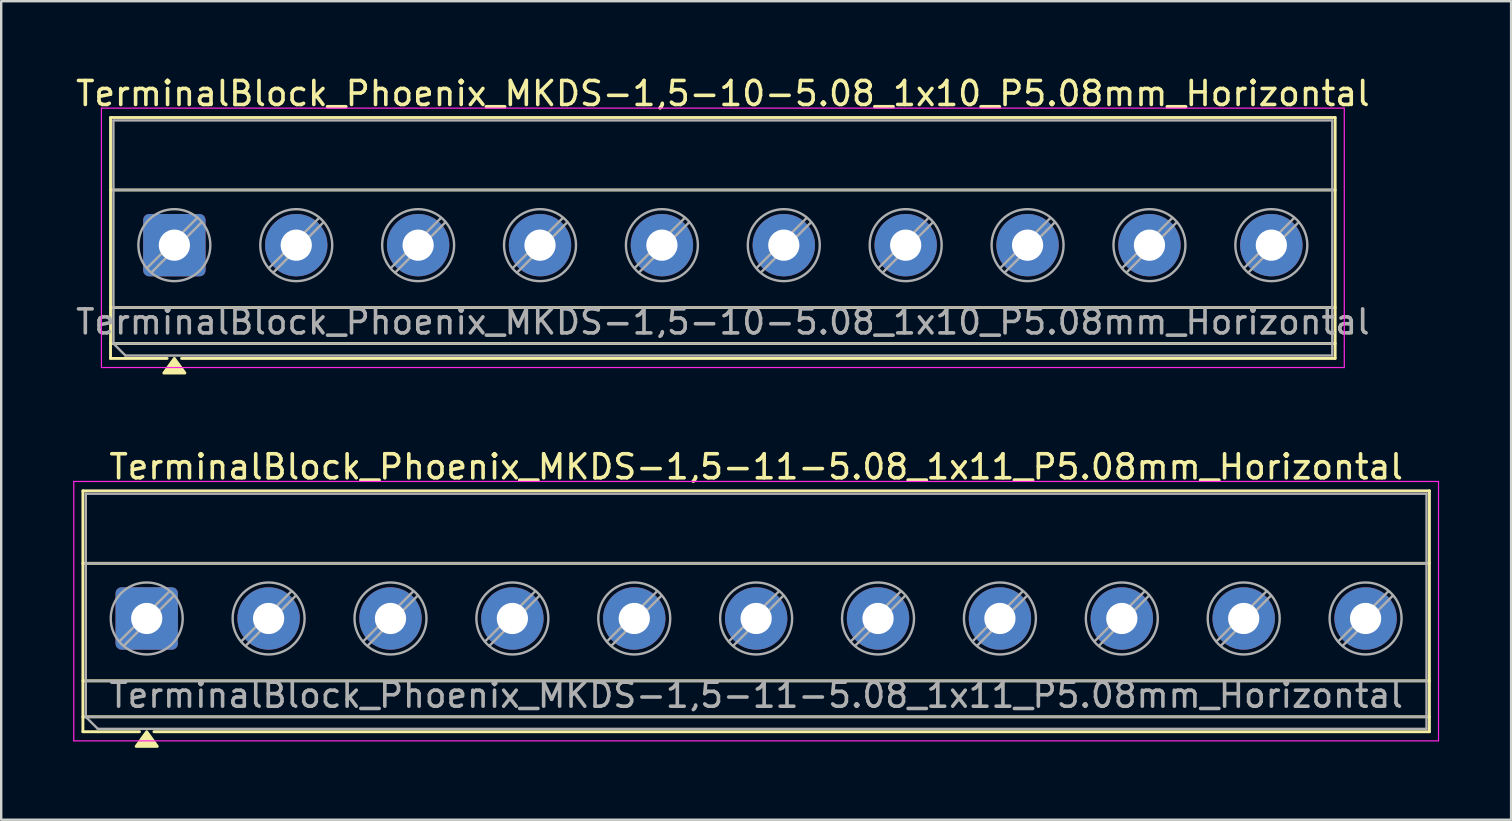
<source format=kicad_pcb>
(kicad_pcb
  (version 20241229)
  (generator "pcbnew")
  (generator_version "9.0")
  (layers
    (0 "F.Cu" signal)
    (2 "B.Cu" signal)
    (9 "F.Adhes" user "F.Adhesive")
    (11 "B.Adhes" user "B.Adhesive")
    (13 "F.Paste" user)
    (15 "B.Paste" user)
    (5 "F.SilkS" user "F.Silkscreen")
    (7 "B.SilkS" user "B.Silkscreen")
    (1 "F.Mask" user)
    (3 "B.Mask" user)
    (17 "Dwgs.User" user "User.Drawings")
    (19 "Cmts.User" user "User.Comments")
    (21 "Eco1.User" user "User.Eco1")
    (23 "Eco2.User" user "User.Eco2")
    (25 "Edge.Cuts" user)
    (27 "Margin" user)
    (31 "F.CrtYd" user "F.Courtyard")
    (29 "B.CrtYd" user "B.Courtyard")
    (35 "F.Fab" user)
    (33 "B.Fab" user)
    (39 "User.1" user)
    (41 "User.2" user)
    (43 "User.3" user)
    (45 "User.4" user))
  (footprint "TerminalBlock_Phoenix_MKDS-1,5-11-5.08_1x11_P5.08mm_Horizontal"
    (layer "F.Cu")
    (at 3.065 22.727)
    (property "Reference" "TerminalBlock_Phoenix_MKDS-1,5-11-5.08_1x11_P5.08mm_Horizontal" (at 25.4 -6.32 0) (layer "F.SilkS") (effects (font (size 1 1) (thickness 0.15))))
    (attr through_hole)
    (fp_line (start -2.66 -5.32) (end 53.46 -5.32) (stroke (width 0.12) (type solid)) (layer "F.SilkS"))
    (fp_line (start -2.66 -2.3) (end 53.46 -2.3) (stroke (width 0.12) (type solid)) (layer "F.SilkS"))
    (fp_line (start -2.66 2.6) (end 53.46 2.6) (stroke (width 0.12) (type solid)) (layer "F.SilkS"))
    (fp_line (start -2.66 4.1) (end 53.46 4.1) (stroke (width 0.12) (type solid)) (layer "F.SilkS"))
    (fp_line (start -2.66 4.72) (end -2.66 -5.32) (stroke (width 0.12) (type solid)) (layer "F.SilkS"))
    (fp_line (start -0.3 4.72) (end -2.66 4.72) (stroke (width 0.12) (type solid)) (layer "F.SilkS"))
    (fp_line (start 53.46 -5.32) (end 53.46 4.72) (stroke (width 0.12) (type solid)) (layer "F.SilkS"))
    (fp_line (start 53.46 4.72) (end 0.3 4.72) (stroke (width 0.12) (type solid)) (layer "F.SilkS"))
    (fp_poly (pts (xy 0 4.72) (xy 0.44 5.33) (xy -0.44 5.33)) (stroke (width 0.12) (type solid)) (fill yes) (layer "F.SilkS"))
    (fp_line (start -3.04 -5.71) (end -3.04 5.1) (stroke (width 0.05) (type solid)) (layer "F.CrtYd"))
    (fp_line (start -3.04 5.1) (end 53.84 5.1) (stroke (width 0.05) (type solid)) (layer "F.CrtYd"))
    (fp_line (start 53.84 -5.71) (end -3.04 -5.71) (stroke (width 0.05) (type solid)) (layer "F.CrtYd"))
    (fp_line (start 53.84 5.1) (end 53.84 -5.71) (stroke (width 0.05) (type solid)) (layer "F.CrtYd"))
    (fp_line (start -2.54 -5.2) (end 53.34 -5.2) (stroke (width 0.1) (type solid)) (layer "F.Fab"))
    (fp_line (start -2.54 -2.3) (end 53.34 -2.3) (stroke (width 0.1) (type solid)) (layer "F.Fab"))
    (fp_line (start -2.54 2.6) (end 53.34 2.6) (stroke (width 0.1) (type solid)) (layer "F.Fab"))
    (fp_line (start -2.54 4.1) (end -2.54 -5.2) (stroke (width 0.1) (type solid)) (layer "F.Fab"))
    (fp_line (start -2.54 4.1) (end 53.34 4.1) (stroke (width 0.1) (type solid)) (layer "F.Fab"))
    (fp_line (start -2.04 4.6) (end -2.54 4.1) (stroke (width 0.1) (type solid)) (layer "F.Fab"))
    (fp_line (start 0.955 -1.138) (end -1.138 0.955) (stroke (width 0.1) (type solid)) (layer "F.Fab"))
    (fp_line (start 1.138 -0.955) (end -0.955 1.138) (stroke (width 0.1) (type solid)) (layer "F.Fab"))
    (fp_line (start 6.035 -1.138) (end 3.942 0.955) (stroke (width 0.1) (type solid)) (layer "F.Fab"))
    (fp_line (start 6.218 -0.955) (end 4.125 1.138) (stroke (width 0.1) (type solid)) (layer "F.Fab"))
    (fp_line (start 11.115 -1.138) (end 9.022 0.955) (stroke (width 0.1) (type solid)) (layer "F.Fab"))
    (fp_line (start 11.298 -0.955) (end 9.205 1.138) (stroke (width 0.1) (type solid)) (layer "F.Fab"))
    (fp_line (start 16.195 -1.138) (end 14.102 0.955) (stroke (width 0.1) (type solid)) (layer "F.Fab"))
    (fp_line (start 16.378 -0.955) (end 14.285 1.138) (stroke (width 0.1) (type solid)) (layer "F.Fab"))
    (fp_line (start 21.275 -1.138) (end 19.182 0.955) (stroke (width 0.1) (type solid)) (layer "F.Fab"))
    (fp_line (start 21.458 -0.955) (end 19.365 1.138) (stroke (width 0.1) (type solid)) (layer "F.Fab"))
    (fp_line (start 26.355 -1.138) (end 24.262 0.955) (stroke (width 0.1) (type solid)) (layer "F.Fab"))
    (fp_line (start 26.538 -0.955) (end 24.445 1.138) (stroke (width 0.1) (type solid)) (layer "F.Fab"))
    (fp_line (start 31.435 -1.138) (end 29.342 0.955) (stroke (width 0.1) (type solid)) (layer "F.Fab"))
    (fp_line (start 31.618 -0.955) (end 29.525 1.138) (stroke (width 0.1) (type solid)) (layer "F.Fab"))
    (fp_line (start 36.515 -1.138) (end 34.422 0.955) (stroke (width 0.1) (type solid)) (layer "F.Fab"))
    (fp_line (start 36.698 -0.955) (end 34.605 1.138) (stroke (width 0.1) (type solid)) (layer "F.Fab"))
    (fp_line (start 41.595 -1.138) (end 39.502 0.955) (stroke (width 0.1) (type solid)) (layer "F.Fab"))
    (fp_line (start 41.778 -0.955) (end 39.685 1.138) (stroke (width 0.1) (type solid)) (layer "F.Fab"))
    (fp_line (start 46.675 -1.138) (end 44.582 0.955) (stroke (width 0.1) (type solid)) (layer "F.Fab"))
    (fp_line (start 46.858 -0.955) (end 44.765 1.138) (stroke (width 0.1) (type solid)) (layer "F.Fab"))
    (fp_line (start 51.755 -1.138) (end 49.662 0.955) (stroke (width 0.1) (type solid)) (layer "F.Fab"))
    (fp_line (start 51.938 -0.955) (end 49.845 1.138) (stroke (width 0.1) (type solid)) (layer "F.Fab"))
    (fp_line (start 53.34 -5.2) (end 53.34 4.6) (stroke (width 0.1) (type solid)) (layer "F.Fab"))
    (fp_line (start 53.34 4.6) (end -2.04 4.6) (stroke (width 0.1) (type solid)) (layer "F.Fab"))
    (fp_circle (center 0 0) (end 1.5 0) (stroke (width 0.1) (type solid)) (fill no) (layer "F.Fab"))
    (fp_circle (center 5.08 0) (end 6.58 0) (stroke (width 0.1) (type solid)) (fill no) (layer "F.Fab"))
    (fp_circle (center 10.16 0) (end 11.66 0) (stroke (width 0.1) (type solid)) (fill no) (layer "F.Fab"))
    (fp_circle (center 15.24 0) (end 16.74 0) (stroke (width 0.1) (type solid)) (fill no) (layer "F.Fab"))
    (fp_circle (center 20.32 0) (end 21.82 0) (stroke (width 0.1) (type solid)) (fill no) (layer "F.Fab"))
    (fp_circle (center 25.4 0) (end 26.9 0) (stroke (width 0.1) (type solid)) (fill no) (layer "F.Fab"))
    (fp_circle (center 30.48 0) (end 31.98 0) (stroke (width 0.1) (type solid)) (fill no) (layer "F.Fab"))
    (fp_circle (center 35.56 0) (end 37.06 0) (stroke (width 0.1) (type solid)) (fill no) (layer "F.Fab"))
    (fp_circle (center 40.64 0) (end 42.14 0) (stroke (width 0.1) (type solid)) (fill no) (layer "F.Fab"))
    (fp_circle (center 45.72 0) (end 47.22 0) (stroke (width 0.1) (type solid)) (fill no) (layer "F.Fab"))
    (fp_circle (center 50.8 0) (end 52.3 0) (stroke (width 0.1) (type solid)) (fill no) (layer "F.Fab"))
    (fp_text user "${REFERENCE}" (at 25.4 3.2 0) (layer "F.Fab") (effects (font (size 1 1) (thickness 0.15))))
    (pad "1" thru_hole roundrect (at 0 0) (size 2.6 2.6) (drill 1.3) (layers "*.Cu" "*.Mask") (roundrect_rratio 0.096))
    (pad "2" thru_hole circle (at 5.08 0) (size 2.6 2.6) (drill 1.3) (layers "*.Cu" "*.Mask"))
    (pad "3" thru_hole circle (at 10.16 0) (size 2.6 2.6) (drill 1.3) (layers "*.Cu" "*.Mask"))
    (pad "4" thru_hole circle (at 15.24 0) (size 2.6 2.6) (drill 1.3) (layers "*.Cu" "*.Mask"))
    (pad "5" thru_hole circle (at 20.32 0) (size 2.6 2.6) (drill 1.3) (layers "*.Cu" "*.Mask"))
    (pad "6" thru_hole circle (at 25.4 0) (size 2.6 2.6) (drill 1.3) (layers "*.Cu" "*.Mask"))
    (pad "7" thru_hole circle (at 30.48 0) (size 2.6 2.6) (drill 1.3) (layers "*.Cu" "*.Mask"))
    (pad "8" thru_hole circle (at 35.56 0) (size 2.6 2.6) (drill 1.3) (layers "*.Cu" "*.Mask"))
    (pad "9" thru_hole circle (at 40.64 0) (size 2.6 2.6) (drill 1.3) (layers "*.Cu" "*.Mask"))
    (pad "10" thru_hole circle (at 45.72 0) (size 2.6 2.6) (drill 1.3) (layers "*.Cu" "*.Mask"))
    (pad "11" thru_hole circle (at 50.8 0) (size 2.6 2.6) (drill 1.3) (layers "*.Cu" "*.Mask")))
  (footprint "TerminalBlock_Phoenix_MKDS-1,5-10-5.08_1x10_P5.08mm_Horizontal"
    (layer "F.Cu")
    (at 4.217 7.168)
    (property "Reference" "TerminalBlock_Phoenix_MKDS-1,5-10-5.08_1x10_P5.08mm_Horizontal" (at 22.86 -6.32 0) (layer "F.SilkS") (effects (font (size 1 1) (thickness 0.15))))
    (attr through_hole)
    (fp_line (start -2.66 -5.32) (end 48.38 -5.32) (stroke (width 0.12) (type solid)) (layer "F.SilkS"))
    (fp_line (start -2.66 -2.3) (end 48.38 -2.3) (stroke (width 0.12) (type solid)) (layer "F.SilkS"))
    (fp_line (start -2.66 2.6) (end 48.38 2.6) (stroke (width 0.12) (type solid)) (layer "F.SilkS"))
    (fp_line (start -2.66 4.1) (end 48.38 4.1) (stroke (width 0.12) (type solid)) (layer "F.SilkS"))
    (fp_line (start -2.66 4.72) (end -2.66 -5.32) (stroke (width 0.12) (type solid)) (layer "F.SilkS"))
    (fp_line (start -0.3 4.72) (end -2.66 4.72) (stroke (width 0.12) (type solid)) (layer "F.SilkS"))
    (fp_line (start 48.38 -5.32) (end 48.38 4.72) (stroke (width 0.12) (type solid)) (layer "F.SilkS"))
    (fp_line (start 48.38 4.72) (end 0.3 4.72) (stroke (width 0.12) (type solid)) (layer "F.SilkS"))
    (fp_poly (pts (xy 0 4.72) (xy 0.44 5.33) (xy -0.44 5.33)) (stroke (width 0.12) (type solid)) (fill yes) (layer "F.SilkS"))
    (fp_line (start -3.04 -5.71) (end -3.04 5.1) (stroke (width 0.05) (type solid)) (layer "F.CrtYd"))
    (fp_line (start -3.04 5.1) (end 48.76 5.1) (stroke (width 0.05) (type solid)) (layer "F.CrtYd"))
    (fp_line (start 48.76 -5.71) (end -3.04 -5.71) (stroke (width 0.05) (type solid)) (layer "F.CrtYd"))
    (fp_line (start 48.76 5.1) (end 48.76 -5.71) (stroke (width 0.05) (type solid)) (layer "F.CrtYd"))
    (fp_line (start -2.54 -5.2) (end 48.26 -5.2) (stroke (width 0.1) (type solid)) (layer "F.Fab"))
    (fp_line (start -2.54 -2.3) (end 48.26 -2.3) (stroke (width 0.1) (type solid)) (layer "F.Fab"))
    (fp_line (start -2.54 2.6) (end 48.26 2.6) (stroke (width 0.1) (type solid)) (layer "F.Fab"))
    (fp_line (start -2.54 4.1) (end -2.54 -5.2) (stroke (width 0.1) (type solid)) (layer "F.Fab"))
    (fp_line (start -2.54 4.1) (end 48.26 4.1) (stroke (width 0.1) (type solid)) (layer "F.Fab"))
    (fp_line (start -2.04 4.6) (end -2.54 4.1) (stroke (width 0.1) (type solid)) (layer "F.Fab"))
    (fp_line (start 0.955 -1.138) (end -1.138 0.955) (stroke (width 0.1) (type solid)) (layer "F.Fab"))
    (fp_line (start 1.138 -0.955) (end -0.955 1.138) (stroke (width 0.1) (type solid)) (layer "F.Fab"))
    (fp_line (start 6.035 -1.138) (end 3.942 0.955) (stroke (width 0.1) (type solid)) (layer "F.Fab"))
    (fp_line (start 6.218 -0.955) (end 4.125 1.138) (stroke (width 0.1) (type solid)) (layer "F.Fab"))
    (fp_line (start 11.115 -1.138) (end 9.022 0.955) (stroke (width 0.1) (type solid)) (layer "F.Fab"))
    (fp_line (start 11.298 -0.955) (end 9.205 1.138) (stroke (width 0.1) (type solid)) (layer "F.Fab"))
    (fp_line (start 16.195 -1.138) (end 14.102 0.955) (stroke (width 0.1) (type solid)) (layer "F.Fab"))
    (fp_line (start 16.378 -0.955) (end 14.285 1.138) (stroke (width 0.1) (type solid)) (layer "F.Fab"))
    (fp_line (start 21.275 -1.138) (end 19.182 0.955) (stroke (width 0.1) (type solid)) (layer "F.Fab"))
    (fp_line (start 21.458 -0.955) (end 19.365 1.138) (stroke (width 0.1) (type solid)) (layer "F.Fab"))
    (fp_line (start 26.355 -1.138) (end 24.262 0.955) (stroke (width 0.1) (type solid)) (layer "F.Fab"))
    (fp_line (start 26.538 -0.955) (end 24.445 1.138) (stroke (width 0.1) (type solid)) (layer "F.Fab"))
    (fp_line (start 31.435 -1.138) (end 29.342 0.955) (stroke (width 0.1) (type solid)) (layer "F.Fab"))
    (fp_line (start 31.618 -0.955) (end 29.525 1.138) (stroke (width 0.1) (type solid)) (layer "F.Fab"))
    (fp_line (start 36.515 -1.138) (end 34.422 0.955) (stroke (width 0.1) (type solid)) (layer "F.Fab"))
    (fp_line (start 36.698 -0.955) (end 34.605 1.138) (stroke (width 0.1) (type solid)) (layer "F.Fab"))
    (fp_line (start 41.595 -1.138) (end 39.502 0.955) (stroke (width 0.1) (type solid)) (layer "F.Fab"))
    (fp_line (start 41.778 -0.955) (end 39.685 1.138) (stroke (width 0.1) (type solid)) (layer "F.Fab"))
    (fp_line (start 46.675 -1.138) (end 44.582 0.955) (stroke (width 0.1) (type solid)) (layer "F.Fab"))
    (fp_line (start 46.858 -0.955) (end 44.765 1.138) (stroke (width 0.1) (type solid)) (layer "F.Fab"))
    (fp_line (start 48.26 -5.2) (end 48.26 4.6) (stroke (width 0.1) (type solid)) (layer "F.Fab"))
    (fp_line (start 48.26 4.6) (end -2.04 4.6) (stroke (width 0.1) (type solid)) (layer "F.Fab"))
    (fp_circle (center 0 0) (end 1.5 0) (stroke (width 0.1) (type solid)) (fill no) (layer "F.Fab"))
    (fp_circle (center 5.08 0) (end 6.58 0) (stroke (width 0.1) (type solid)) (fill no) (layer "F.Fab"))
    (fp_circle (center 10.16 0) (end 11.66 0) (stroke (width 0.1) (type solid)) (fill no) (layer "F.Fab"))
    (fp_circle (center 15.24 0) (end 16.74 0) (stroke (width 0.1) (type solid)) (fill no) (layer "F.Fab"))
    (fp_circle (center 20.32 0) (end 21.82 0) (stroke (width 0.1) (type solid)) (fill no) (layer "F.Fab"))
    (fp_circle (center 25.4 0) (end 26.9 0) (stroke (width 0.1) (type solid)) (fill no) (layer "F.Fab"))
    (fp_circle (center 30.48 0) (end 31.98 0) (stroke (width 0.1) (type solid)) (fill no) (layer "F.Fab"))
    (fp_circle (center 35.56 0) (end 37.06 0) (stroke (width 0.1) (type solid)) (fill no) (layer "F.Fab"))
    (fp_circle (center 40.64 0) (end 42.14 0) (stroke (width 0.1) (type solid)) (fill no) (layer "F.Fab"))
    (fp_circle (center 45.72 0) (end 47.22 0) (stroke (width 0.1) (type solid)) (fill no) (layer "F.Fab"))
    (fp_text user "${REFERENCE}" (at 22.86 3.2 0) (layer "F.Fab") (effects (font (size 1 1) (thickness 0.15))))
    (pad "1" thru_hole roundrect (at 0 0) (size 2.6 2.6) (drill 1.3) (layers "*.Cu" "*.Mask") (roundrect_rratio 0.096))
    (pad "2" thru_hole circle (at 5.08 0) (size 2.6 2.6) (drill 1.3) (layers "*.Cu" "*.Mask"))
    (pad "3" thru_hole circle (at 10.16 0) (size 2.6 2.6) (drill 1.3) (layers "*.Cu" "*.Mask"))
    (pad "4" thru_hole circle (at 15.24 0) (size 2.6 2.6) (drill 1.3) (layers "*.Cu" "*.Mask"))
    (pad "5" thru_hole circle (at 20.32 0) (size 2.6 2.6) (drill 1.3) (layers "*.Cu" "*.Mask"))
    (pad "6" thru_hole circle (at 25.4 0) (size 2.6 2.6) (drill 1.3) (layers "*.Cu" "*.Mask"))
    (pad "7" thru_hole circle (at 30.48 0) (size 2.6 2.6) (drill 1.3) (layers "*.Cu" "*.Mask"))
    (pad "8" thru_hole circle (at 35.56 0) (size 2.6 2.6) (drill 1.3) (layers "*.Cu" "*.Mask"))
    (pad "9" thru_hole circle (at 40.64 0) (size 2.6 2.6) (drill 1.3) (layers "*.Cu" "*.Mask"))
    (pad "10" thru_hole circle (at 45.72 0) (size 2.6 2.6) (drill 1.3) (layers "*.Cu" "*.Mask")))
  (gr_rect
    (start -3 -3)
    (end 59.93 31.116)
    (stroke (width 0.1) (type default))
    (fill no)
    (layer "Edge.Cuts")))
</source>
